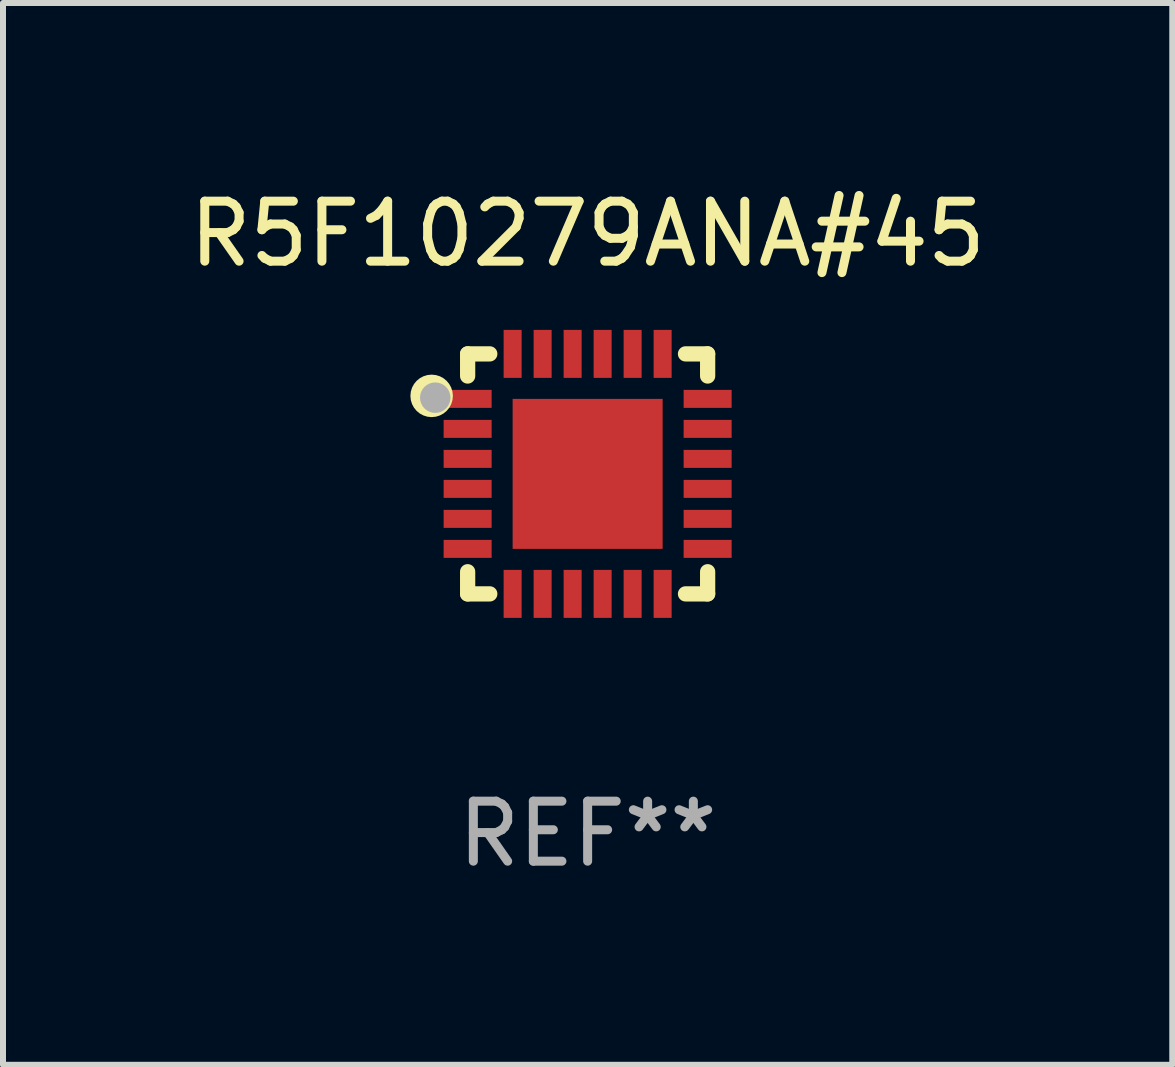
<source format=kicad_pcb>
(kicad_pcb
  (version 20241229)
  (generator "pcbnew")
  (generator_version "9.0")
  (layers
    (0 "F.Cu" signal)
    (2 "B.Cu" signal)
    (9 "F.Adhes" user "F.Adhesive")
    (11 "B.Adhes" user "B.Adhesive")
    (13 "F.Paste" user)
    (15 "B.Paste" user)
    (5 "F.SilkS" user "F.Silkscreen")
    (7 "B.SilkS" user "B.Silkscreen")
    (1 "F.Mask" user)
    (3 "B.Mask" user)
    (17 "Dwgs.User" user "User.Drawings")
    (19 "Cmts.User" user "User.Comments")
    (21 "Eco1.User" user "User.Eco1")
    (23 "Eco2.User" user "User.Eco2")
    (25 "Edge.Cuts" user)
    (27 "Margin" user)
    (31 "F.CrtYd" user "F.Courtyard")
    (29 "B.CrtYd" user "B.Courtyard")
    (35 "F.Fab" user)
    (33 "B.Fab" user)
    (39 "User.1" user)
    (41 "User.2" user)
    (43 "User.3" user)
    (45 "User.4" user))
  (footprint "R5F10279ANA#45"
    (layer "F.Cu")
    (at 6.744 4.848)
    (property "Reference" "R5F10279ANA#45" (at 0 -4 0) (layer "F.SilkS") (effects (font (size 1 1) (thickness 0.15))))
    (attr through_hole)
    (fp_line (start -2 -2) (end -1.631 -2) (stroke (width 0.254) (type solid)) (layer "F.SilkS"))
    (fp_line (start -2 -1.631) (end -2 -2) (stroke (width 0.254) (type solid)) (layer "F.SilkS"))
    (fp_line (start -2 2) (end -2 1.631) (stroke (width 0.254) (type solid)) (layer "F.SilkS"))
    (fp_line (start -1.631 2) (end -2 2) (stroke (width 0.254) (type solid)) (layer "F.SilkS"))
    (fp_line (start 1.631 -2) (end 2 -2) (stroke (width 0.254) (type solid)) (layer "F.SilkS"))
    (fp_line (start 2 -2) (end 2 -1.631) (stroke (width 0.254) (type solid)) (layer "F.SilkS"))
    (fp_line (start 2 1.631) (end 2 2) (stroke (width 0.254) (type solid)) (layer "F.SilkS"))
    (fp_line (start 2 2) (end 1.631 2) (stroke (width 0.254) (type solid)) (layer "F.SilkS"))
    (fp_circle (center -2.6 -1.3) (end -2.5 -1.3) (stroke (width 0.254) (type solid)) (fill no) (layer "F.SilkS"))
    (fp_circle (center -1.95 -1.95) (end -1.9 -1.95) (stroke (width 0.1) (type solid)) (fill no) (layer "F.SilkS"))
    (fp_circle (center -2.54 -1.27) (end -2.413 -1.27) (stroke (width 0.254) (type solid)) (fill no) (layer "F.Fab"))
    (fp_text user "REF**" (at 0 6 0) (layer "F.Fab") (effects (font (size 1 1) (thickness 0.15))))
    (pad "1" smd rect (at -2 -1.25) (size 0.8 0.3) (layers "F.Cu" "F.Mask" "F.Paste"))
    (pad "2" smd rect (at -2 -0.75) (size 0.8 0.3) (layers "F.Cu" "F.Mask" "F.Paste"))
    (pad "3" smd rect (at -2 -0.25) (size 0.8 0.3) (layers "F.Cu" "F.Mask" "F.Paste"))
    (pad "4" smd rect (at -2 0.25) (size 0.8 0.3) (layers "F.Cu" "F.Mask" "F.Paste"))
    (pad "5" smd rect (at -2 0.75) (size 0.8 0.3) (layers "F.Cu" "F.Mask" "F.Paste"))
    (pad "6" smd rect (at -2 1.25) (size 0.8 0.3) (layers "F.Cu" "F.Mask" "F.Paste"))
    (pad "7" smd rect (at -1.25 2) (size 0.3 0.8) (layers "F.Cu" "F.Mask" "F.Paste"))
    (pad "8" smd rect (at -0.75 2) (size 0.3 0.8) (layers "F.Cu" "F.Mask" "F.Paste"))
    (pad "9" smd rect (at -0.25 2) (size 0.3 0.8) (layers "F.Cu" "F.Mask" "F.Paste"))
    (pad "10" smd rect (at 0.25 2) (size 0.3 0.8) (layers "F.Cu" "F.Mask" "F.Paste"))
    (pad "11" smd rect (at 0.75 2) (size 0.3 0.8) (layers "F.Cu" "F.Mask" "F.Paste"))
    (pad "12" smd rect (at 1.25 2) (size 0.3 0.8) (layers "F.Cu" "F.Mask" "F.Paste"))
    (pad "13" smd rect (at 2 1.25) (size 0.8 0.3) (layers "F.Cu" "F.Mask" "F.Paste"))
    (pad "14" smd rect (at 2 0.75) (size 0.8 0.3) (layers "F.Cu" "F.Mask" "F.Paste"))
    (pad "15" smd rect (at 2 0.25) (size 0.8 0.3) (layers "F.Cu" "F.Mask" "F.Paste"))
    (pad "16" smd rect (at 2 -0.25) (size 0.8 0.3) (layers "F.Cu" "F.Mask" "F.Paste"))
    (pad "17" smd rect (at 2 -0.75) (size 0.8 0.3) (layers "F.Cu" "F.Mask" "F.Paste"))
    (pad "18" smd rect (at 2 -1.25) (size 0.8 0.3) (layers "F.Cu" "F.Mask" "F.Paste"))
    (pad "19" smd rect (at 1.25 -2) (size 0.3 0.8) (layers "F.Cu" "F.Mask" "F.Paste"))
    (pad "20" smd rect (at 0.75 -2) (size 0.3 0.8) (layers "F.Cu" "F.Mask" "F.Paste"))
    (pad "21" smd rect (at 0.25 -2) (size 0.3 0.8) (layers "F.Cu" "F.Mask" "F.Paste"))
    (pad "22" smd rect (at -0.25 -2) (size 0.3 0.8) (layers "F.Cu" "F.Mask" "F.Paste"))
    (pad "23" smd rect (at -0.75 -2) (size 0.3 0.8) (layers "F.Cu" "F.Mask" "F.Paste"))
    (pad "24" smd rect (at -1.25 -2) (size 0.3 0.8) (layers "F.Cu" "F.Mask" "F.Paste"))
    (pad "25" smd rect (at 0 0) (size 2.5 2.5) (layers "F.Cu" "F.Mask" "F.Paste")))
  (gr_rect
    (start -3 -3)
    (end 16.488 14.697)
    (stroke (width 0.1) (type default))
    (fill no)
    (layer "Edge.Cuts")))
</source>
